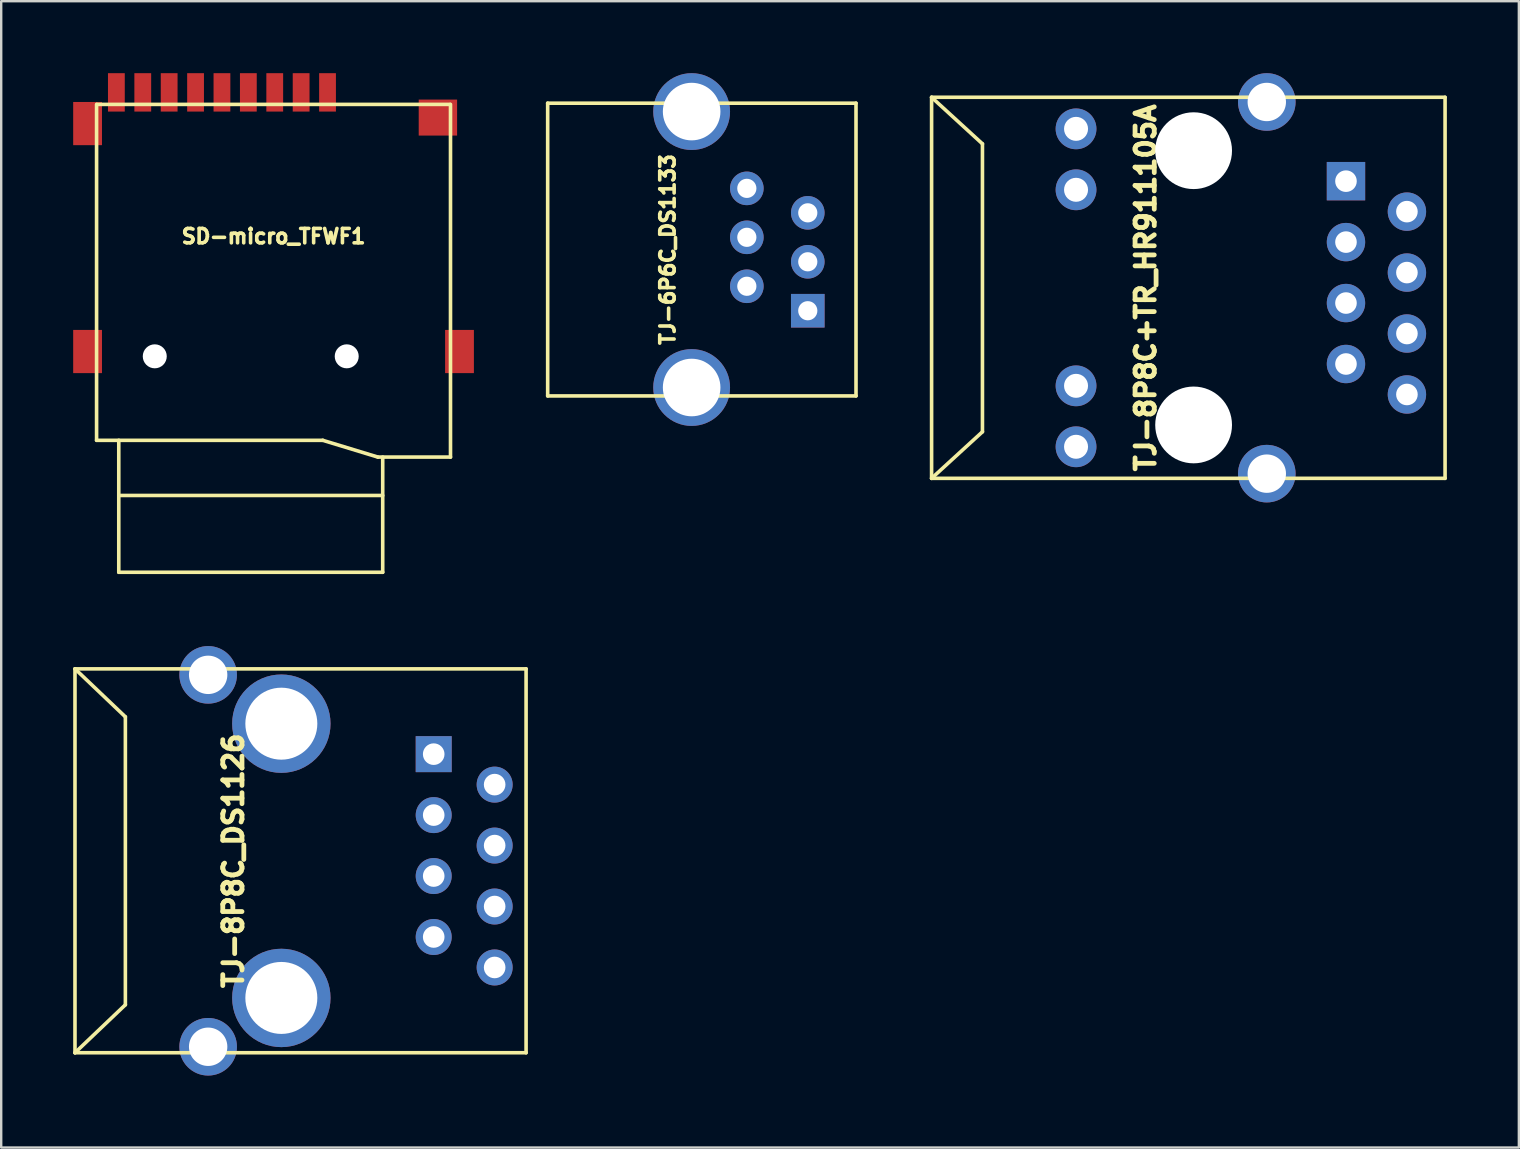
<source format=kicad_pcb>
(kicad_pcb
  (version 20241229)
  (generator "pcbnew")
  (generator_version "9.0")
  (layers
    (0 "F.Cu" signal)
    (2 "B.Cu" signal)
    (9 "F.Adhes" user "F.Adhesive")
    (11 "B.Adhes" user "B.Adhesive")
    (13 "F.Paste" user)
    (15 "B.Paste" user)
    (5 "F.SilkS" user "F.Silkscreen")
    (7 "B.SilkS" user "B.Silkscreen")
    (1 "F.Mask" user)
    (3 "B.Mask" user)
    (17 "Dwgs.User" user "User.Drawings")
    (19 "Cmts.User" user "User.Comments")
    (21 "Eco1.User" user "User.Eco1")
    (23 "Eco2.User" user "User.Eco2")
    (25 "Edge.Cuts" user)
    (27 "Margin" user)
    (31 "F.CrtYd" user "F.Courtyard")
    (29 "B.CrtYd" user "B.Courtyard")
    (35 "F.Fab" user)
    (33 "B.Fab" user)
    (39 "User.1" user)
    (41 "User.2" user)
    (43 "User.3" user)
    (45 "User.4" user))
  (footprint "TJ-6P6C_DS1133"
    (layer "F.Cu")
    (at 25.775 7.35)
    (property "Reference" "TJ-6P6C_DS1133" (at -1 0 90) (layer "F.SilkS") (effects (font (size 0.6 0.6) (thickness 0.15))))
    (attr through_hole)
    (fp_line (start -6 -6.1) (end -6 6.1) (stroke (width 0.15) (type solid)) (layer "F.SilkS"))
    (fp_line (start -6 6.1) (end 6.85 6.1) (stroke (width 0.15) (type solid)) (layer "F.SilkS"))
    (fp_line (start 6.85 -6.1) (end -6 -6.1) (stroke (width 0.15) (type solid)) (layer "F.SilkS"))
    (fp_line (start 6.85 6.1) (end 6.85 -6.1) (stroke (width 0.15) (type solid)) (layer "F.SilkS"))
    (pad "1" thru_hole rect (at 4.84 2.55) (size 1.4 1.4) (drill 0.8) (layers "*.Cu" "*.Mask"))
    (pad "2" thru_hole circle (at 2.3 1.53) (size 1.4 1.4) (drill 0.8) (layers "*.Cu" "*.Mask"))
    (pad "3" thru_hole circle (at 4.84 0.51) (size 1.4 1.4) (drill 0.8) (layers "*.Cu" "*.Mask"))
    (pad "4" thru_hole circle (at 2.3 -0.51) (size 1.4 1.4) (drill 0.8) (layers "*.Cu" "*.Mask"))
    (pad "5" thru_hole circle (at 4.84 -1.53) (size 1.4 1.4) (drill 0.8) (layers "*.Cu" "*.Mask"))
    (pad "6" thru_hole circle (at 2.3 -2.55) (size 1.4 1.4) (drill 0.8) (layers "*.Cu" "*.Mask"))
    (pad "H" thru_hole circle (at 0 -5.75) (size 3.2 3.2) (drill 2.4) (layers "*.Cu" "*.Mask"))
    (pad "H" thru_hole circle (at 0 5.75) (size 3.2 3.2) (drill 2.4) (layers "*.Cu" "*.Mask")))
  (footprint "SD-micro_TFWF1"
    (layer "F.Cu")
    (at 8.35 11.8)
    (property "Reference" "SD-micro_TFWF1" (at 0 -5 180) (layer "F.SilkS") (effects (font (size 0.6 0.6) (thickness 0.15))))
    (attr through_hole)
    (fp_line (start -7.375 3.5) (end -7.375 -10.5) (stroke (width 0.15) (type solid)) (layer "F.SilkS"))
    (fp_line (start -7.35 -10.5) (end 7.35 -10.5) (stroke (width 0.15) (type solid)) (layer "F.SilkS"))
    (fp_line (start -6.45 3.5) (end -6.45 9) (stroke (width 0.15) (type solid)) (layer "F.SilkS"))
    (fp_line (start -6.45 5.8) (end 4.55 5.8) (stroke (width 0.15) (type solid)) (layer "F.SilkS"))
    (fp_line (start -6.45 9) (end 4.55 9) (stroke (width 0.15) (type solid)) (layer "F.SilkS"))
    (fp_line (start 2.05 3.5) (end -7.375 3.5) (stroke (width 0.15) (type solid)) (layer "F.SilkS"))
    (fp_line (start 4.35 4.2) (end 2.05 3.5) (stroke (width 0.15) (type solid)) (layer "F.SilkS"))
    (fp_line (start 4.55 9) (end 4.55 4.2) (stroke (width 0.15) (type solid)) (layer "F.SilkS"))
    (fp_line (start 7.375 -10.5) (end 7.375 4.2) (stroke (width 0.15) (type solid)) (layer "F.SilkS"))
    (fp_line (start 7.375 4.2) (end 4.35 4.2) (stroke (width 0.15) (type solid)) (layer "F.SilkS"))
    (pad "" np_thru_hole circle (at -4.95 0) (size 1 1) (drill 1) (layers "*.Cu" "*.Mask"))
    (pad "" np_thru_hole circle (at 3.05 0) (size 1 1) (drill 1) (layers "*.Cu" "*.Mask"))
    (pad "1" smd rect (at 2.25 -11) (size 0.7 1.6) (layers "F.Cu" "F.Mask" "F.Paste"))
    (pad "2" smd rect (at 1.15 -11) (size 0.7 1.6) (layers "F.Cu" "F.Mask" "F.Paste"))
    (pad "3" smd rect (at 0.05 -11) (size 0.7 1.6) (layers "F.Cu" "F.Mask" "F.Paste"))
    (pad "4" smd rect (at -1.05 -11) (size 0.7 1.6) (layers "F.Cu" "F.Mask" "F.Paste"))
    (pad "5" smd rect (at -2.15 -11) (size 0.7 1.6) (layers "F.Cu" "F.Mask" "F.Paste"))
    (pad "6" smd rect (at -3.25 -11) (size 0.7 1.6) (layers "F.Cu" "F.Mask" "F.Paste"))
    (pad "7" smd rect (at -4.35 -11) (size 0.7 1.6) (layers "F.Cu" "F.Mask" "F.Paste"))
    (pad "8" smd rect (at -5.45 -11) (size 0.7 1.6) (layers "F.Cu" "F.Mask" "F.Paste"))
    (pad "9" smd rect (at -6.55 -11) (size 0.7 1.6) (layers "F.Cu" "F.Mask" "F.Paste"))
    (pad "H" smd rect (at -7.75 -9.7) (size 1.2 1.8) (layers "F.Cu" "F.Mask" "F.Paste"))
    (pad "H" smd rect (at -7.75 -0.2) (size 1.2 1.8) (layers "F.Cu" "F.Mask" "F.Paste"))
    (pad "H" smd rect (at 6.85 -9.95) (size 1.6 1.5) (layers "F.Cu" "F.Mask" "F.Paste"))
    (pad "H" smd rect (at 7.75 -0.2) (size 1.2 1.8) (layers "F.Cu" "F.Mask" "F.Paste")))
  (footprint "TJ-8P8C+TR_HR911105A"
    (layer "F.Cu")
    (at 46.695 8.945)
    (property "Reference" "TJ-8P8C+TR_HR911105A" (at -2 0 90) (layer "F.SilkS") (effects (font (size 0.8 0.8) (thickness 0.2))))
    (attr through_hole)
    (fp_line (start -10.92 -7.94) (end -10.92 7.94) (stroke (width 0.15) (type solid)) (layer "F.SilkS"))
    (fp_line (start -10.92 7.94) (end -8.8 6) (stroke (width 0.15) (type solid)) (layer "F.SilkS"))
    (fp_line (start -10.92 7.94) (end 10.48 7.94) (stroke (width 0.15) (type solid)) (layer "F.SilkS"))
    (fp_line (start -8.8 -6) (end -10.92 -7.94) (stroke (width 0.15) (type solid)) (layer "F.SilkS"))
    (fp_line (start -8.8 6) (end -8.8 -6) (stroke (width 0.15) (type solid)) (layer "F.SilkS"))
    (fp_line (start 10.48 -7.94) (end -10.92 -7.94) (stroke (width 0.15) (type solid)) (layer "F.SilkS"))
    (fp_line (start 10.48 7.94) (end 10.48 -7.94) (stroke (width 0.15) (type solid)) (layer "F.SilkS"))
    (pad "" np_thru_hole circle (at 0 -5.715) (size 3.2 3.2) (drill 3.2) (layers "*.Cu" "*.Mask"))
    (pad "" np_thru_hole circle (at 0 5.715) (size 3.2 3.2) (drill 3.2) (layers "*.Cu" "*.Mask"))
    (pad "1" thru_hole rect (at 6.35 -4.445) (size 1.6 1.6) (drill 0.9) (layers "*.Cu" "*.Mask"))
    (pad "2" thru_hole circle (at 8.89 -3.175) (size 1.6 1.6) (drill 0.9) (layers "*.Cu" "*.Mask"))
    (pad "3" thru_hole circle (at 6.35 -1.905) (size 1.6 1.6) (drill 0.9) (layers "*.Cu" "*.Mask"))
    (pad "4" thru_hole circle (at 8.89 -0.635) (size 1.6 1.6) (drill 0.9) (layers "*.Cu" "*.Mask"))
    (pad "5" thru_hole circle (at 6.35 0.635) (size 1.6 1.6) (drill 0.9) (layers "*.Cu" "*.Mask"))
    (pad "6" thru_hole circle (at 8.89 1.905) (size 1.6 1.6) (drill 0.9) (layers "*.Cu" "*.Mask"))
    (pad "7" thru_hole circle (at 6.35 3.175) (size 1.6 1.6) (drill 0.9) (layers "*.Cu" "*.Mask"))
    (pad "8" thru_hole circle (at 8.89 4.445) (size 1.6 1.6) (drill 0.9) (layers "*.Cu" "*.Mask"))
    (pad "9" thru_hole circle (at -4.9 -6.625) (size 1.7 1.7) (drill 1) (layers "*.Cu" "*.Mask"))
    (pad "10" thru_hole circle (at -4.9 -4.085) (size 1.7 1.7) (drill 1) (layers "*.Cu" "*.Mask"))
    (pad "11" thru_hole circle (at -4.9 4.085) (size 1.7 1.7) (drill 1) (layers "*.Cu" "*.Mask"))
    (pad "12" thru_hole circle (at -4.9 6.625) (size 1.7 1.7) (drill 1) (layers "*.Cu" "*.Mask"))
    (pad "H" thru_hole circle (at 3.05 -7.745) (size 2.4 2.4) (drill 1.6) (layers "*.Cu" "*.Mask"))
    (pad "H" thru_hole circle (at 3.05 7.745) (size 2.4 2.4) (drill 1.6) (layers "*.Cu" "*.Mask")))
  (footprint "TJ-8P8C_DS1126"
    (layer "F.Cu")
    (at 8.675 32.825)
    (property "Reference" "TJ-8P8C_DS1126" (at -2 0 90) (layer "F.SilkS") (effects (font (size 0.8 0.8) (thickness 0.2))))
    (attr through_hole)
    (fp_line (start -8.6 -8) (end -8.6 8) (stroke (width 0.15) (type solid)) (layer "F.SilkS"))
    (fp_line (start -8.6 8) (end -6.5 6) (stroke (width 0.15) (type solid)) (layer "F.SilkS"))
    (fp_line (start -8.6 8) (end 10.2 8) (stroke (width 0.15) (type solid)) (layer "F.SilkS"))
    (fp_line (start -6.5 -6) (end -8.6 -8) (stroke (width 0.15) (type solid)) (layer "F.SilkS"))
    (fp_line (start -6.5 6) (end -6.5 -6) (stroke (width 0.15) (type solid)) (layer "F.SilkS"))
    (fp_line (start 10.2 -8) (end -8.6 -8) (stroke (width 0.15) (type solid)) (layer "F.SilkS"))
    (fp_line (start 10.2 8) (end 10.2 -8) (stroke (width 0.15) (type solid)) (layer "F.SilkS"))
    (pad "1" thru_hole rect (at 6.35 -4.445) (size 1.5 1.5) (drill 0.9) (layers "*.Cu" "*.Mask"))
    (pad "2" thru_hole circle (at 8.89 -3.175) (size 1.5 1.5) (drill 0.9) (layers "*.Cu" "*.Mask"))
    (pad "3" thru_hole circle (at 6.35 -1.905) (size 1.5 1.5) (drill 0.9) (layers "*.Cu" "*.Mask"))
    (pad "4" thru_hole circle (at 8.89 -0.635) (size 1.5 1.5) (drill 0.9) (layers "*.Cu" "*.Mask"))
    (pad "5" thru_hole circle (at 6.35 0.635) (size 1.5 1.5) (drill 0.9) (layers "*.Cu" "*.Mask"))
    (pad "6" thru_hole circle (at 8.89 1.905) (size 1.5 1.5) (drill 0.9) (layers "*.Cu" "*.Mask"))
    (pad "7" thru_hole circle (at 6.35 3.175) (size 1.5 1.5) (drill 0.9) (layers "*.Cu" "*.Mask"))
    (pad "8" thru_hole circle (at 8.89 4.445) (size 1.5 1.5) (drill 0.9) (layers "*.Cu" "*.Mask"))
    (pad "H" thru_hole circle (at -3.05 -7.75) (size 2.4 2.4) (drill 1.6) (layers "*.Cu" "*.Mask"))
    (pad "H" thru_hole circle (at -3.05 7.75) (size 2.4 2.4) (drill 1.6) (layers "*.Cu" "*.Mask"))
    (pad "H" thru_hole circle (at 0 -5.715) (size 4.1 4.1) (drill 3) (layers "*.Cu" "*.Mask"))
    (pad "H" thru_hole circle (at 0 5.715) (size 4.1 4.1) (drill 3) (layers "*.Cu" "*.Mask")))
  (gr_rect
    (start -3 -3)
    (end 60.25 44.775)
    (stroke (width 0.1) (type default))
    (fill no)
    (layer "Edge.Cuts")))
</source>
